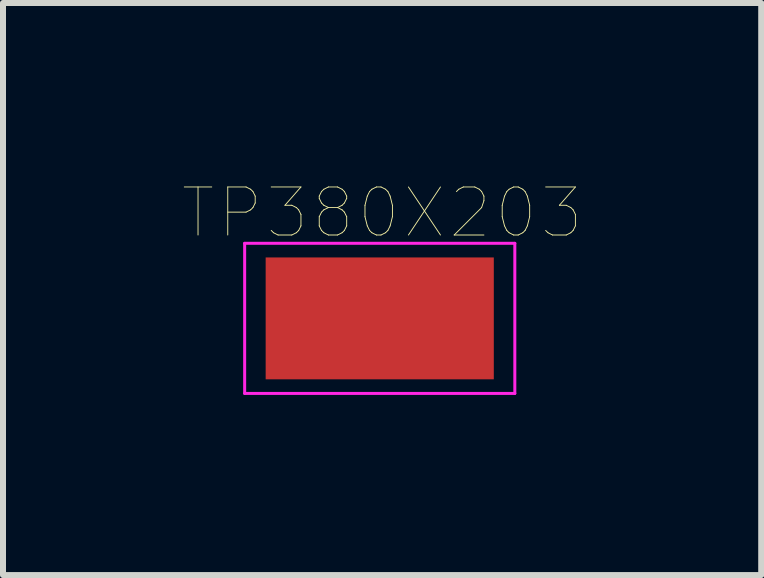
<source format=kicad_pcb>
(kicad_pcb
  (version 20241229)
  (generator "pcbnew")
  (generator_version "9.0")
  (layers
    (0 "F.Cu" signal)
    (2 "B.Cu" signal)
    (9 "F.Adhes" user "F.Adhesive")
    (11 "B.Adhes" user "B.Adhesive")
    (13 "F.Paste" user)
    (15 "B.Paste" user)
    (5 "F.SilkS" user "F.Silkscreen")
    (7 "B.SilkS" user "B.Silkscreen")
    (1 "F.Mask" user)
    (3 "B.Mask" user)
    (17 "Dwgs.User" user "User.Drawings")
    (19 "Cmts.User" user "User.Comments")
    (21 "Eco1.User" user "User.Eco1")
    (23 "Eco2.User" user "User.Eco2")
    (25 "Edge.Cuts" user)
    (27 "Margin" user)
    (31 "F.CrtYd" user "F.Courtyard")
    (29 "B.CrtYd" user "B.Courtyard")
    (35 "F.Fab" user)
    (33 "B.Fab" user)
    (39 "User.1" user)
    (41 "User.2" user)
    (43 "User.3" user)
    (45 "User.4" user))
  (footprint "TP380X203"
    (layer "F.Cu")
    (at 3.275 2.253)
    (property "Reference" "TP380X203" (at 0.04 -1.758 0) (layer "F.SilkS") (effects (font (size 0.8 0.8) (thickness 0.015))))
    (attr through_hole)
    (fp_line (start -2.25 -1.25) (end 2.25 -1.25) (stroke (width 0.05) (type solid)) (layer "F.CrtYd"))
    (fp_line (start -2.25 1.25) (end -2.25 -1.25) (stroke (width 0.05) (type solid)) (layer "F.CrtYd"))
    (fp_line (start 2.25 -1.25) (end 2.25 1.25) (stroke (width 0.05) (type solid)) (layer "F.CrtYd"))
    (fp_line (start 2.25 1.25) (end -2.25 1.25) (stroke (width 0.05) (type solid)) (layer "F.CrtYd"))
    (pad "1" smd rect (at 0 0) (size 3.8 2.03) (layers "F.Cu" "F.Mask" "F.Paste")))
  (gr_rect
    (start -3 -3)
    (end 9.629 6.528)
    (stroke (width 0.1) (type default))
    (fill no)
    (layer "Edge.Cuts")))
</source>
